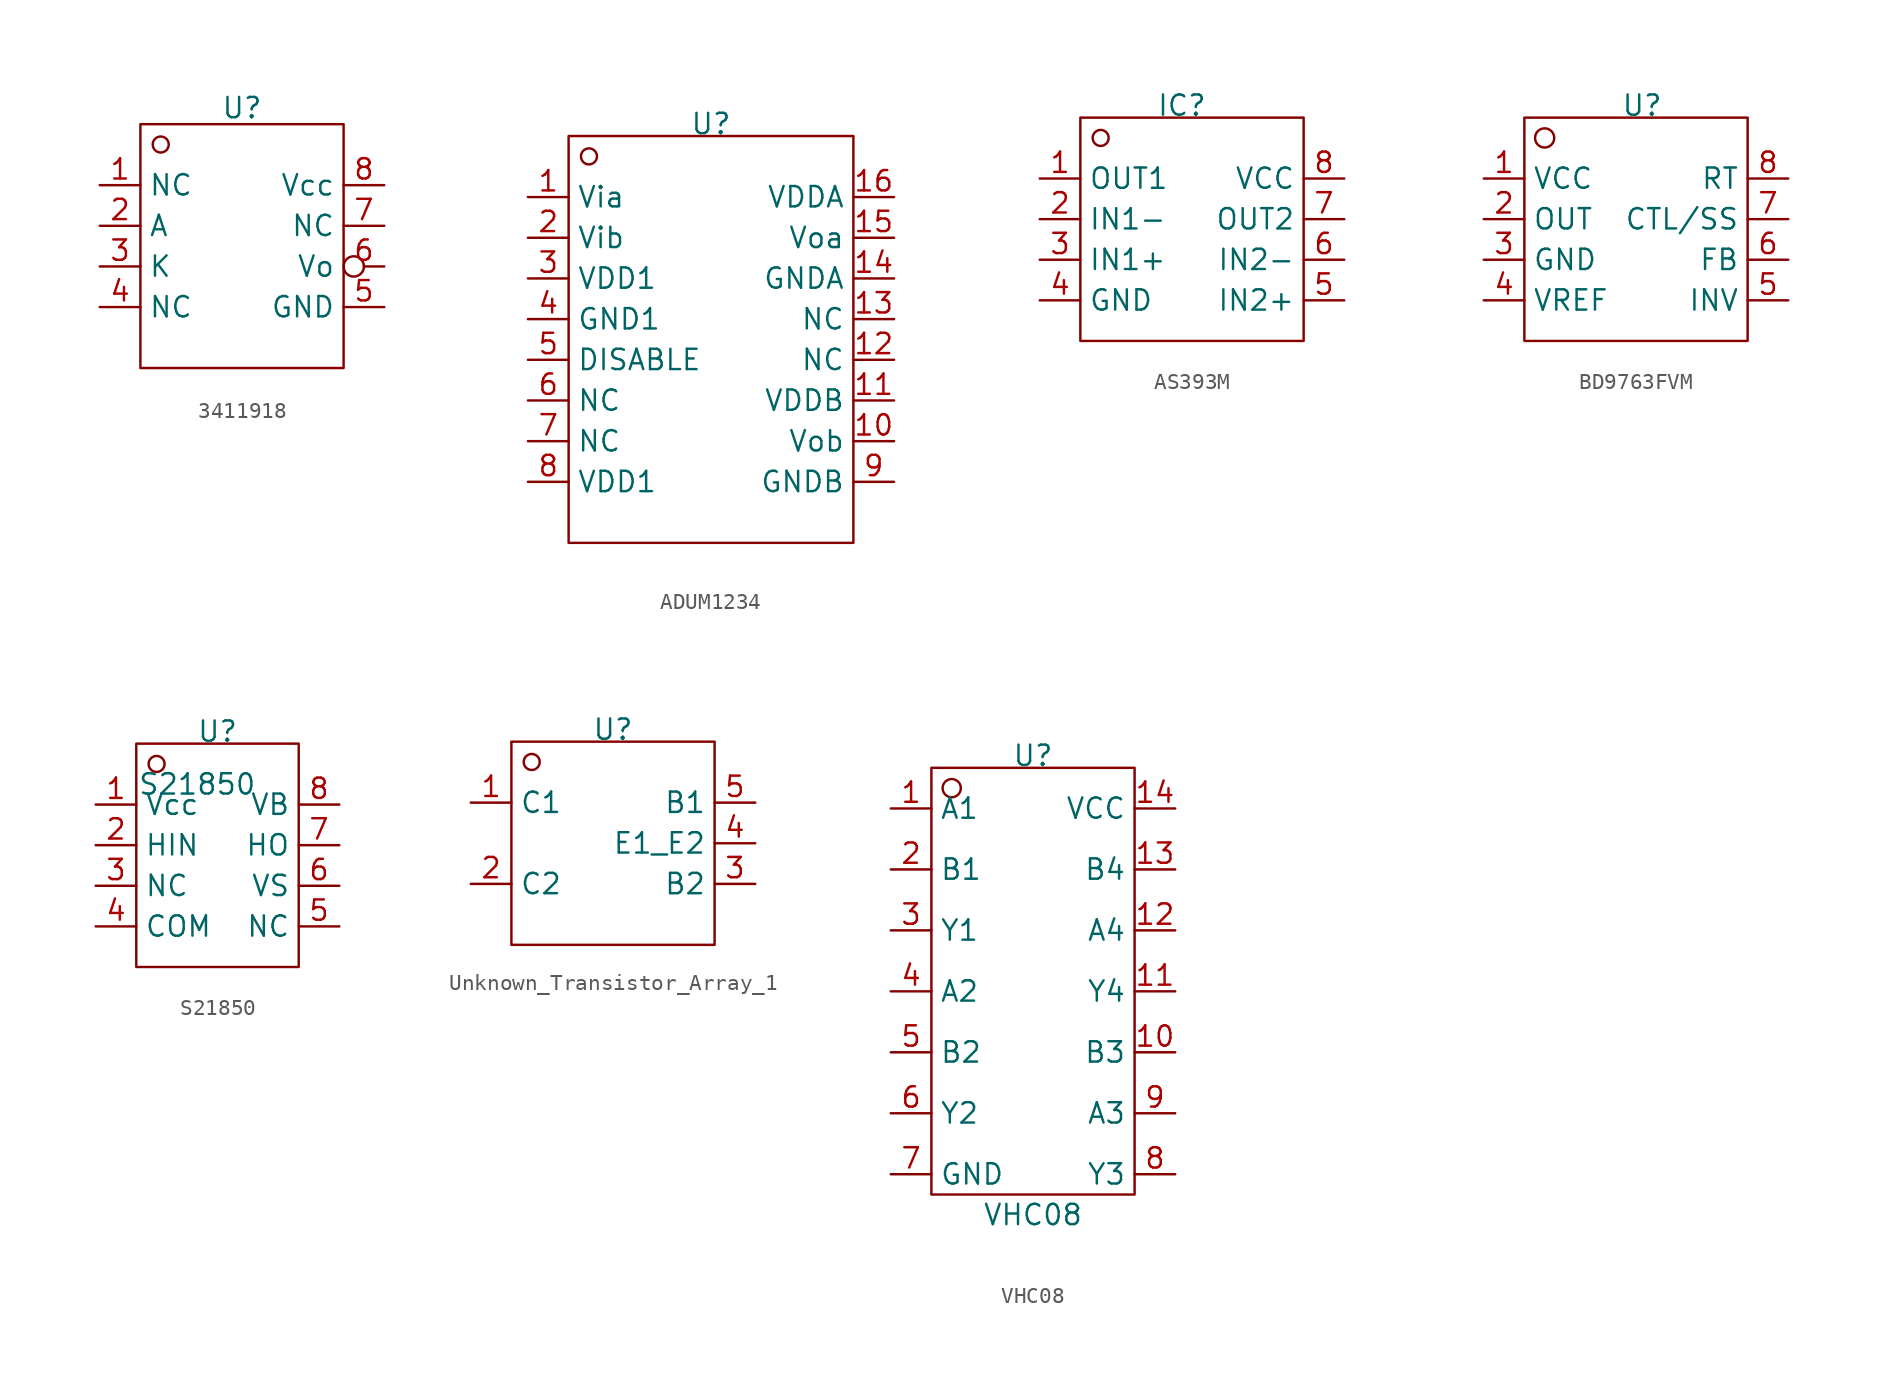
<source format=kicad_sym>
(kicad_symbol_lib
  (version 20231120)
  (generator "kicad_symbol_editor")
  (generator_version "8.0")
  (symbol "3411918"
    (property "Reference" "U"
      (at 0 1.016 0)
      (effects (font (size 1.27 1.27))))
    (property "Value" ""
      (at 0 0 0)
      (effects (font (size 1.27 1.27))))
    (symbol "3411918_0_1"
      (rectangle (start -6.35 0) (end 6.35 -15.24) (stroke (width 0) (type default)) (fill (type none)))
      (circle (center -5.08 -1.27) (radius 0.5) (stroke (width 0) (type default)) (fill (type none))))
    (symbol "3411918_1_1"
      (pin free line (at -8.89 -3.81 0) (length 2.54) (name "NC" (effects (font (size 1.27 1.27)))) (number "1" (effects (font (size 1.27 1.27)))))
      (pin passive line (at -8.89 -6.35 0) (length 2.54) (name "A" (effects (font (size 1.27 1.27)))) (number "2" (effects (font (size 1.27 1.27)))))
      (pin passive line (at -8.89 -8.89 0) (length 2.54) (name "K" (effects (font (size 1.27 1.27)))) (number "3" (effects (font (size 1.27 1.27)))))
      (pin free line (at -8.89 -11.43 0) (length 2.54) (name "NC" (effects (font (size 1.27 1.27)))) (number "4" (effects (font (size 1.27 1.27)))))
      (pin power_in line (at 8.89 -11.43 180) (length 2.54) (name "GND" (effects (font (size 1.27 1.27)))) (number "5" (effects (font (size 1.27 1.27)))))
      (pin passive inverted (at 8.89 -8.89 180) (length 2.54) (name "Vo" (effects (font (size 1.27 1.27)))) (number "6" (effects (font (size 1.27 1.27)))))
      (pin free line (at 8.89 -6.35 180) (length 2.54) (name "NC" (effects (font (size 1.27 1.27)))) (number "7" (effects (font (size 1.27 1.27)))))
      (pin power_in line (at 8.89 -3.81 180) (length 2.54) (name "Vcc" (effects (font (size 1.27 1.27)))) (number "8" (effects (font (size 1.27 1.27)))))))
  (symbol "ADUM1234"
    (property "Reference" "U"
      (at 0 0.762 0)
      (effects (font (size 1.27 1.27))))
    (property "Value" ""
      (at 0 0 0)
      (effects (font (size 1.27 1.27))))
    (symbol "ADUM1234_0_1"
      (rectangle (start -8.89 0) (end 8.89 -25.4) (stroke (width 0) (type default)) (fill (type none)))
      (circle (center -7.62 -1.27) (radius 0.5) (stroke (width 0) (type default)) (fill (type none))))
    (symbol "ADUM1234_1_1"
      (pin input line (at -11.43 -3.81 0) (length 2.54) (name "Via" (effects (font (size 1.27 1.27)))) (number "1" (effects (font (size 1.27 1.27)))))
      (pin output line (at 11.43 -19.05 180) (length 2.54) (name "Vob" (effects (font (size 1.27 1.27)))) (number "10" (effects (font (size 1.27 1.27)))))
      (pin free line (at 11.43 -16.51 180) (length 2.54) (name "VDDB" (effects (font (size 1.27 1.27)))) (number "11" (effects (font (size 1.27 1.27)))))
      (pin free line (at 11.43 -13.97 180) (length 2.54) (name "NC" (effects (font (size 1.27 1.27)))) (number "12" (effects (font (size 1.27 1.27)))))
      (pin free line (at 11.43 -11.43 180) (length 2.54) (name "NC" (effects (font (size 1.27 1.27)))) (number "13" (effects (font (size 1.27 1.27)))))
      (pin power_in line (at 11.43 -8.89 180) (length 2.54) (name "GNDA" (effects (font (size 1.27 1.27)))) (number "14" (effects (font (size 1.27 1.27)))))
      (pin output line (at 11.43 -6.35 180) (length 2.54) (name "Voa" (effects (font (size 1.27 1.27)))) (number "15" (effects (font (size 1.27 1.27)))))
      (pin power_in line (at 11.43 -3.81 180) (length 2.54) (name "VDDA" (effects (font (size 1.27 1.27)))) (number "16" (effects (font (size 1.27 1.27)))))
      (pin input line (at -11.43 -6.35 0) (length 2.54) (name "Vib" (effects (font (size 1.27 1.27)))) (number "2" (effects (font (size 1.27 1.27)))))
      (pin power_in line (at -11.43 -8.89 0) (length 2.54) (name "VDD1" (effects (font (size 1.27 1.27)))) (number "3" (effects (font (size 1.27 1.27)))))
      (pin power_in line (at -11.43 -11.43 0) (length 2.54) (name "GND1" (effects (font (size 1.27 1.27)))) (number "4" (effects (font (size 1.27 1.27)))))
      (pin input line (at -11.43 -13.97 0) (length 2.54) (name "DISABLE" (effects (font (size 1.27 1.27)))) (number "5" (effects (font (size 1.27 1.27)))))
      (pin free line (at -11.43 -16.51 0) (length 2.54) (name "NC" (effects (font (size 1.27 1.27)))) (number "6" (effects (font (size 1.27 1.27)))))
      (pin free line (at -11.43 -19.05 0) (length 2.54) (name "NC" (effects (font (size 1.27 1.27)))) (number "7" (effects (font (size 1.27 1.27)))))
      (pin power_in line (at -11.43 -21.59 0) (length 2.54) (name "VDD1" (effects (font (size 1.27 1.27)))) (number "8" (effects (font (size 1.27 1.27)))))
      (pin power_in line (at 11.43 -21.59 180) (length 2.54) (name "GNDB" (effects (font (size 1.27 1.27)))) (number "9" (effects (font (size 1.27 1.27)))))))
  (symbol "AS393M"
    (property "Reference" "IC"
      (at 0 0.762 0)
      (effects (font (size 1.27 1.27))))
    (property "Value" ""
      (at 1.27 0 0)
      (effects (font (size 1.27 1.27))))
    (symbol "AS393M_0_1"
      (rectangle (start -6.35 0) (end 7.62 -13.97) (stroke (width 0) (type default)) (fill (type none)))
      (circle (center -5.08 -1.27) (radius 0.5) (stroke (width 0) (type default)) (fill (type none))))
    (symbol "AS393M_1_1"
      (pin output line (at -8.89 -3.81 0) (length 2.54) (name "OUT1" (effects (font (size 1.27 1.27)))) (number "1" (effects (font (size 1.27 1.27)))))
      (pin input line (at -8.89 -6.35 0) (length 2.54) (name "IN1-" (effects (font (size 1.27 1.27)))) (number "2" (effects (font (size 1.27 1.27)))))
      (pin input line (at -8.89 -8.89 0) (length 2.54) (name "IN1+" (effects (font (size 1.27 1.27)))) (number "3" (effects (font (size 1.27 1.27)))))
      (pin power_in line (at -8.89 -11.43 0) (length 2.54) (name "GND" (effects (font (size 1.27 1.27)))) (number "4" (effects (font (size 1.27 1.27)))))
      (pin input line (at 10.16 -11.43 180) (length 2.54) (name "IN2+" (effects (font (size 1.27 1.27)))) (number "5" (effects (font (size 1.27 1.27)))))
      (pin input line (at 10.16 -8.89 180) (length 2.54) (name "IN2-" (effects (font (size 1.27 1.27)))) (number "6" (effects (font (size 1.27 1.27)))))
      (pin output line (at 10.16 -6.35 180) (length 2.54) (name "OUT2" (effects (font (size 1.27 1.27)))) (number "7" (effects (font (size 1.27 1.27)))))
      (pin power_in line (at 10.16 -3.81 180) (length 2.54) (name "VCC" (effects (font (size 1.27 1.27)))) (number "8" (effects (font (size 1.27 1.27)))))))
  (symbol "BD9763FVM"
    (property "Reference" "U"
      (at -0.254 0.762 0)
      (effects (font (size 1.27 1.27))))
    (property "Value" ""
      (at -5.08 -2.54 0)
      (effects (font (size 1.27 1.27))))
    (symbol "BD9763FVM_0_1"
      (rectangle (start -7.62 0) (end 6.35 -13.97) (stroke (width 0) (type default)) (fill (type none)))
      (circle (center -6.35 -1.27) (radius 0.6) (stroke (width 0) (type default)) (fill (type none))))
    (symbol "BD9763FVM_1_1"
      (pin power_in line (at -10.16 -3.81 0) (length 2.54) (name "VCC" (effects (font (size 1.27 1.27)))) (number "1" (effects (font (size 1.27 1.27)))))
      (pin output line (at -10.16 -6.35 0) (length 2.54) (name "OUT" (effects (font (size 1.27 1.27)))) (number "2" (effects (font (size 1.27 1.27)))))
      (pin power_in line (at -10.16 -8.89 0) (length 2.54) (name "GND" (effects (font (size 1.27 1.27)))) (number "3" (effects (font (size 1.27 1.27)))))
      (pin power_out line (at -10.16 -11.43 0) (length 2.54) (name "VREF" (effects (font (size 1.27 1.27)))) (number "4" (effects (font (size 1.27 1.27)))))
      (pin input line (at 8.89 -11.43 180) (length 2.54) (name "INV" (effects (font (size 1.27 1.27)))) (number "5" (effects (font (size 1.27 1.27)))))
      (pin output line (at 8.89 -8.89 180) (length 2.54) (name "FB" (effects (font (size 1.27 1.27)))) (number "6" (effects (font (size 1.27 1.27)))))
      (pin passive line (at 8.89 -6.35 180) (length 2.54) (name "CTL/SS" (effects (font (size 1.27 1.27)))) (number "7" (effects (font (size 1.27 1.27)))))
      (pin passive line (at 8.89 -3.81 180) (length 2.54) (name "RT" (effects (font (size 1.27 1.27)))) (number "8" (effects (font (size 1.27 1.27)))))))
  (symbol "S21850"
    (property "Reference" "U"
      (at 0 0.762 0)
      (effects (font (size 1.27 1.27))))
    (property "Value" "S21850"
      (at -1.27 -2.54 0)
      (effects (font (size 1.27 1.27))))
    (symbol "S21850_0_1"
      (rectangle (start -5.08 0) (end 5.08 -13.97) (stroke (width 0) (type default)) (fill (type none)))
      (circle (center -3.81 -1.27) (radius 0.5) (stroke (width 0) (type default)) (fill (type none))))
    (symbol "S21850_1_1"
      (pin power_in line (at -7.62 -3.81 0) (length 2.54) (name "Vcc" (effects (font (size 1.27 1.27)))) (number "1" (effects (font (size 1.27 1.27)))))
      (pin input line (at -7.62 -6.35 0) (length 2.54) (name "HIN" (effects (font (size 1.27 1.27)))) (number "2" (effects (font (size 1.27 1.27)))))
      (pin free line (at -7.62 -8.89 0) (length 2.54) (name "NC" (effects (font (size 1.27 1.27)))) (number "3" (effects (font (size 1.27 1.27)))))
      (pin input line (at -7.62 -11.43 0) (length 2.54) (name "COM" (effects (font (size 1.27 1.27)))) (number "4" (effects (font (size 1.27 1.27)))))
      (pin free line (at 7.62 -11.43 180) (length 2.54) (name "NC" (effects (font (size 1.27 1.27)))) (number "5" (effects (font (size 1.27 1.27)))))
      (pin power_in line (at 7.62 -8.89 180) (length 2.54) (name "VS" (effects (font (size 1.27 1.27)))) (number "6" (effects (font (size 1.27 1.27)))))
      (pin output line (at 7.62 -6.35 180) (length 2.54) (name "HO" (effects (font (size 1.27 1.27)))) (number "7" (effects (font (size 1.27 1.27)))))
      (pin input line (at 7.62 -3.81 180) (length 2.54) (name "VB" (effects (font (size 1.27 1.27)))) (number "8" (effects (font (size 1.27 1.27)))))))
  (symbol "Unknown_Transistor_Array_1"
    (property "Reference" "U"
      (at 0 0.762 0)
      (effects (font (size 1.27 1.27))))
    (property "Value" ""
      (at 0 0 0)
      (effects (font (size 1.27 1.27))))
    (symbol "Unknown_Transistor_Array_1_0_1"
      (rectangle (start -6.35 0) (end 6.35 -12.7) (stroke (width 0) (type default)) (fill (type none)))
      (circle (center -5.08 -1.27) (radius 0.5) (stroke (width 0) (type default)) (fill (type none))))
    (symbol "Unknown_Transistor_Array_1_1_1"
      (pin passive line (at -8.89 -3.81 0) (length 2.54) (name "C1" (effects (font (size 1.27 1.27)))) (number "1" (effects (font (size 1.27 1.27)))))
      (pin passive line (at -8.89 -8.89 0) (length 2.54) (name "C2" (effects (font (size 1.27 1.27)))) (number "2" (effects (font (size 1.27 1.27)))))
      (pin passive line (at 8.89 -8.89 180) (length 2.54) (name "B2" (effects (font (size 1.27 1.27)))) (number "3" (effects (font (size 1.27 1.27)))))
      (pin passive line (at 8.89 -6.35 180) (length 2.54) (name "E1_E2" (effects (font (size 1.27 1.27)))) (number "4" (effects (font (size 1.27 1.27)))))
      (pin passive line (at 8.89 -3.81 180) (length 2.54) (name "B1" (effects (font (size 1.27 1.27)))) (number "5" (effects (font (size 1.27 1.27)))))))
  (symbol "VHC08"
    (property "Reference" "U"
      (at 0 0.762 0)
      (effects (font (size 1.27 1.27))))
    (property "Value" "VHC08"
      (at 0 -27.94 0)
      (effects (font (size 1.27 1.27))))
    (symbol "VHC08_0_1"
      (rectangle (start -6.35 0) (end 6.35 -26.67) (stroke (width 0) (type default)) (fill (type none)))
      (circle (center -5.08 -1.27) (radius 0.57) (stroke (width 0) (type default)) (fill (type none))))
    (symbol "VHC08_1_1"
      (pin input line (at -8.89 -2.54 0) (length 2.54) (name "A1" (effects (font (size 1.27 1.27)))) (number "1" (effects (font (size 1.27 1.27)))))
      (pin input line (at 8.89 -17.78 180) (length 2.54) (name "B3" (effects (font (size 1.27 1.27)))) (number "10" (effects (font (size 1.27 1.27)))))
      (pin output line (at 8.89 -13.97 180) (length 2.54) (name "Y4" (effects (font (size 1.27 1.27)))) (number "11" (effects (font (size 1.27 1.27)))))
      (pin input line (at 8.89 -10.16 180) (length 2.54) (name "A4" (effects (font (size 1.27 1.27)))) (number "12" (effects (font (size 1.27 1.27)))))
      (pin input line (at 8.89 -6.35 180) (length 2.54) (name "B4" (effects (font (size 1.27 1.27)))) (number "13" (effects (font (size 1.27 1.27)))))
      (pin power_in line (at 8.89 -2.54 180) (length 2.54) (name "VCC" (effects (font (size 1.27 1.27)))) (number "14" (effects (font (size 1.27 1.27)))))
      (pin input line (at -8.89 -6.35 0) (length 2.54) (name "B1" (effects (font (size 1.27 1.27)))) (number "2" (effects (font (size 1.27 1.27)))))
      (pin output line (at -8.89 -10.16 0) (length 2.54) (name "Y1" (effects (font (size 1.27 1.27)))) (number "3" (effects (font (size 1.27 1.27)))))
      (pin input line (at -8.89 -13.97 0) (length 2.54) (name "A2" (effects (font (size 1.27 1.27)))) (number "4" (effects (font (size 1.27 1.27)))))
      (pin input line (at -8.89 -17.78 0) (length 2.54) (name "B2" (effects (font (size 1.27 1.27)))) (number "5" (effects (font (size 1.27 1.27)))))
      (pin output line (at -8.89 -21.59 0) (length 2.54) (name "Y2" (effects (font (size 1.27 1.27)))) (number "6" (effects (font (size 1.27 1.27)))))
      (pin power_in line (at -8.89 -25.4 0) (length 2.54) (name "GND" (effects (font (size 1.27 1.27)))) (number "7" (effects (font (size 1.27 1.27)))))
      (pin output line (at 8.89 -25.4 180) (length 2.54) (name "Y3" (effects (font (size 1.27 1.27)))) (number "8" (effects (font (size 1.27 1.27)))))
      (pin input line (at 8.89 -21.59 180) (length 2.54) (name "A3" (effects (font (size 1.27 1.27)))) (number "9" (effects (font (size 1.27 1.27))))))))
</source>
